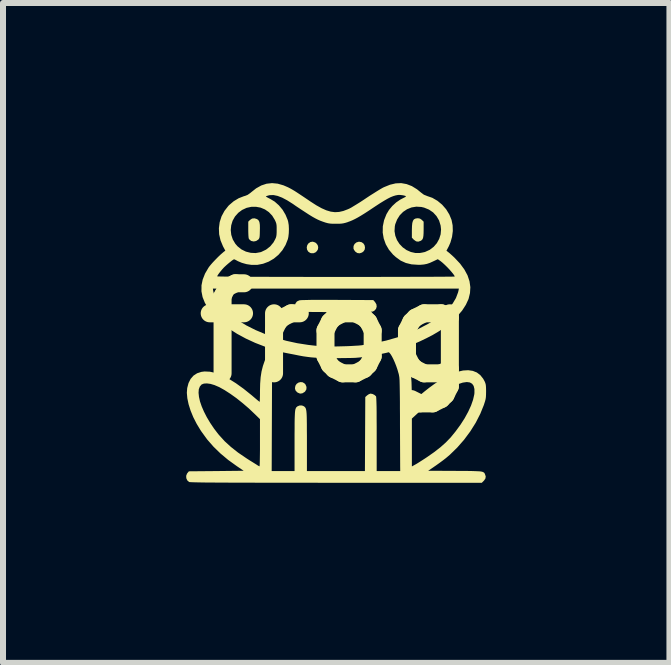
<source format=kicad_pcb>
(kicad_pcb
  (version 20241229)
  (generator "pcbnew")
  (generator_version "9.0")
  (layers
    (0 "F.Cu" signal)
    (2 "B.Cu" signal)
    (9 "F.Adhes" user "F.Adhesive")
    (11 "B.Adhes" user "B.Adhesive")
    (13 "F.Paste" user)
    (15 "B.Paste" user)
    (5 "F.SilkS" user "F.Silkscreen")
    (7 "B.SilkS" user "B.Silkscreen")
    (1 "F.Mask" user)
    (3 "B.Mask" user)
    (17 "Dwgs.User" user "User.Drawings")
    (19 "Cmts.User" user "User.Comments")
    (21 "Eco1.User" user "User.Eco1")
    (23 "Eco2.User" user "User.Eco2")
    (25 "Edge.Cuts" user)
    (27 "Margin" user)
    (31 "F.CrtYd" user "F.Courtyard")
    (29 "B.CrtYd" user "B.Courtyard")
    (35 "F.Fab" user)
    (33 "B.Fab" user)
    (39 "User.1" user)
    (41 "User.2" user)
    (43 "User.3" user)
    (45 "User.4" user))
  (footprint "frog"
    (layer "F.Cu")
    (at 2.55 2.49)
    (property "Reference" "frog" (at 0 0 0) (layer "F.SilkS") (effects (font (size 1.5 1.5) (thickness 0.3))))
    (attr board_only exclude_from_pos_files exclude_from_bom)
    (fp_poly (pts (xy -0.352 -1.502) (xy -0.334 -1.49) (xy -0.309 -1.458) (xy -0.3 -1.424) (xy -0.304 -1.389) (xy -0.321 -1.359) (xy -0.347 -1.335) (xy -0.381 -1.322) (xy -0.42 -1.323) (xy -0.437 -1.329) (xy -0.467 -1.35) (xy -0.486 -1.383) (xy -0.491 -1.421) (xy -0.482 -1.458) (xy -0.464 -1.485) (xy -0.429 -1.509) (xy -0.391 -1.515)) (stroke (width 0) (type solid)) (fill yes) (layer "F.SilkS"))
    (fp_poly (pts (xy -0.56 0.827) (xy -0.528 0.846) (xy -0.511 0.865) (xy -0.495 0.905) (xy -0.497 0.945) (xy -0.518 0.98) (xy -0.526 0.988) (xy -0.564 1.011) (xy -0.602 1.016) (xy -0.641 1) (xy -0.655 0.989) (xy -0.678 0.963) (xy -0.686 0.934) (xy -0.687 0.925) (xy -0.68 0.885) (xy -0.66 0.854) (xy -0.63 0.833) (xy -0.596 0.824)) (stroke (width 0) (type solid)) (fill yes) (layer "F.SilkS"))
    (fp_poly (pts (xy 0.423 -1.506) (xy 0.453 -1.485) (xy 0.472 -1.455) (xy 0.479 -1.42) (xy 0.475 -1.385) (xy 0.456 -1.354) (xy 0.43 -1.334) (xy 0.391 -1.321) (xy 0.355 -1.325) (xy 0.352 -1.326) (xy 0.321 -1.346) (xy 0.297 -1.377) (xy 0.287 -1.402) (xy 0.289 -1.443) (xy 0.306 -1.477) (xy 0.336 -1.502) (xy 0.376 -1.514) (xy 0.384 -1.514)) (stroke (width 0) (type solid)) (fill yes) (layer "F.SilkS"))
    (fp_poly (pts (xy 1.395 -1.899) (xy 1.424 -1.879) (xy 1.427 -1.876) (xy 1.456 -1.848) (xy 1.456 -1.721) (xy 1.455 -1.657) (xy 1.452 -1.611) (xy 1.446 -1.577) (xy 1.436 -1.554) (xy 1.421 -1.538) (xy 1.405 -1.528) (xy 1.366 -1.515) (xy 1.331 -1.52) (xy 1.297 -1.544) (xy 1.293 -1.547) (xy 1.26 -1.581) (xy 1.26 -1.704) (xy 1.262 -1.773) (xy 1.267 -1.825) (xy 1.278 -1.862) (xy 1.294 -1.886) (xy 1.318 -1.899) (xy 1.35 -1.905) (xy 1.363 -1.905)) (stroke (width 0) (type solid)) (fill yes) (layer "F.SilkS"))
    (fp_poly (pts (xy -1.32 -1.891) (xy -1.3 -1.877) (xy -1.286 -1.858) (xy -1.277 -1.831) (xy -1.272 -1.793) (xy -1.271 -1.739) (xy -1.272 -1.696) (xy -1.273 -1.645) (xy -1.275 -1.609) (xy -1.278 -1.585) (xy -1.284 -1.569) (xy -1.291 -1.557) (xy -1.3 -1.548) (xy -1.334 -1.526) (xy -1.374 -1.518) (xy -1.413 -1.526) (xy -1.419 -1.529) (xy -1.441 -1.546) (xy -1.455 -1.563) (xy -1.459 -1.579) (xy -1.462 -1.611) (xy -1.464 -1.653) (xy -1.465 -1.703) (xy -1.465 -1.715) (xy -1.465 -1.848) (xy -1.437 -1.876) (xy -1.401 -1.9) (xy -1.361 -1.904)) (stroke (width 0) (type solid)) (fill yes) (layer "F.SilkS"))
    (fp_poly (pts (xy -0.085 -0.545) (xy 0.02 -0.545) (xy 0.617 -0.542) (xy 0.646 -0.51) (xy 0.669 -0.472) (xy 0.674 -0.433) (xy 0.663 -0.396) (xy 0.637 -0.366) (xy 0.609 -0.351) (xy 0.595 -0.349) (xy 0.562 -0.348) (xy 0.513 -0.346) (xy 0.448 -0.345) (xy 0.37 -0.344) (xy 0.279 -0.343) (xy 0.177 -0.343) (xy 0.065 -0.342) (xy -0.008 -0.342) (xy -0.135 -0.342) (xy -0.244 -0.343) (xy -0.336 -0.343) (xy -0.413 -0.344) (xy -0.475 -0.345) (xy -0.525 -0.346) (xy -0.564 -0.348) (xy -0.593 -0.35) (xy -0.613 -0.352) (xy -0.627 -0.354) (xy -0.632 -0.356) (xy -0.665 -0.379) (xy -0.682 -0.414) (xy -0.686 -0.446) (xy -0.678 -0.488) (xy -0.654 -0.519) (xy -0.616 -0.537) (xy -0.596 -0.54) (xy -0.558 -0.542) (xy -0.502 -0.543) (xy -0.426 -0.545) (xy -0.332 -0.545) (xy -0.218 -0.546)) (stroke (width 0) (type solid)) (fill yes) (layer "F.SilkS"))
    (fp_poly (pts (xy -0.975 -2.481) (xy -0.878 -2.453) (xy -0.806 -2.422) (xy -0.78 -2.409) (xy -0.754 -2.395) (xy -0.726 -2.379) (xy -0.694 -2.36) (xy -0.655 -2.335) (xy -0.608 -2.304) (xy -0.551 -2.266) (xy -0.481 -2.219) (xy -0.43 -2.184) (xy -0.332 -2.121) (xy -0.244 -2.072) (xy -0.165 -2.037) (xy -0.091 -2.015) (xy -0.021 -2.006) (xy 0.048 -2.01) (xy 0.118 -2.026) (xy 0.192 -2.054) (xy 0.219 -2.066) (xy 0.248 -2.081) (xy 0.289 -2.106) (xy 0.34 -2.137) (xy 0.398 -2.173) (xy 0.459 -2.213) (xy 0.502 -2.242) (xy 0.564 -2.283) (xy 0.626 -2.322) (xy 0.683 -2.358) (xy 0.734 -2.389) (xy 0.774 -2.412) (xy 0.794 -2.422) (xy 0.895 -2.463) (xy 0.991 -2.486) (xy 1.083 -2.49) (xy 1.172 -2.474) (xy 1.26 -2.44) (xy 1.346 -2.387) (xy 1.412 -2.333) (xy 1.46 -2.297) (xy 1.508 -2.278) (xy 1.509 -2.277) (xy 1.601 -2.245) (xy 1.687 -2.195) (xy 1.764 -2.131) (xy 1.831 -2.054) (xy 1.884 -1.967) (xy 1.921 -1.877) (xy 1.939 -1.787) (xy 1.942 -1.692) (xy 1.929 -1.594) (xy 1.902 -1.5) (xy 1.875 -1.438) (xy 1.836 -1.364) (xy 1.868 -1.339) (xy 1.889 -1.322) (xy 1.919 -1.295) (xy 1.954 -1.263) (xy 1.972 -1.246) (xy 2.063 -1.149) (xy 2.134 -1.052) (xy 2.187 -0.954) (xy 2.22 -0.855) (xy 2.234 -0.757) (xy 2.228 -0.659) (xy 2.204 -0.56) (xy 2.159 -0.463) (xy 2.157 -0.46) (xy 2.099 -0.37) (xy 2.023 -0.28) (xy 1.933 -0.191) (xy 1.831 -0.106) (xy 1.72 -0.028) (xy 1.692 -0.011) (xy 1.604 0.041) (xy 1.503 0.093) (xy 1.395 0.145) (xy 1.287 0.192) (xy 1.186 0.231) (xy 1.136 0.249) (xy 1.108 0.258) (xy 1.089 0.266) (xy 1.084 0.269) (xy 1.089 0.279) (xy 1.1 0.301) (xy 1.117 0.331) (xy 1.119 0.336) (xy 1.154 0.408) (xy 1.188 0.493) (xy 1.217 0.584) (xy 1.233 0.645) (xy 1.24 0.681) (xy 1.246 0.721) (xy 1.25 0.769) (xy 1.254 0.828) (xy 1.256 0.901) (xy 1.257 0.94) (xy 1.259 1.002) (xy 1.261 1.057) (xy 1.263 1.102) (xy 1.265 1.134) (xy 1.267 1.151) (xy 1.267 1.153) (xy 1.276 1.147) (xy 1.296 1.13) (xy 1.322 1.107) (xy 1.328 1.101) (xy 1.393 1.044) (xy 1.468 0.982) (xy 1.548 0.919) (xy 1.627 0.861) (xy 1.69 0.818) (xy 1.807 0.747) (xy 1.917 0.692) (xy 2.018 0.653) (xy 2.112 0.631) (xy 2.198 0.626) (xy 2.274 0.637) (xy 2.342 0.664) (xy 2.399 0.707) (xy 2.447 0.767) (xy 2.471 0.81) (xy 2.482 0.836) (xy 2.489 0.859) (xy 2.493 0.885) (xy 2.495 0.919) (xy 2.496 0.966) (xy 2.496 0.982) (xy 2.495 1.034) (xy 2.493 1.074) (xy 2.488 1.108) (xy 2.479 1.143) (xy 2.465 1.186) (xy 2.46 1.203) (xy 2.4 1.351) (xy 2.324 1.5) (xy 2.233 1.645) (xy 2.129 1.785) (xy 2.015 1.915) (xy 1.894 2.033) (xy 1.827 2.09) (xy 1.778 2.128) (xy 1.721 2.17) (xy 1.665 2.21) (xy 1.633 2.232) (xy 1.532 2.301) (xy 1.975 2.303) (xy 2.084 2.304) (xy 2.174 2.304) (xy 2.249 2.305) (xy 2.309 2.307) (xy 2.357 2.309) (xy 2.394 2.311) (xy 2.421 2.315) (xy 2.44 2.32) (xy 2.454 2.327) (xy 2.464 2.334) (xy 2.471 2.344) (xy 2.477 2.355) (xy 2.477 2.356) (xy 2.49 2.395) (xy 2.485 2.43) (xy 2.462 2.464) (xy 2.458 2.468) (xy 2.425 2.501) (xy -0.001 2.501) (xy -0.265 2.501) (xy -0.51 2.5) (xy -0.737 2.5) (xy -0.946 2.5) (xy -1.138 2.5) (xy -1.314 2.5) (xy -1.474 2.499) (xy -1.62 2.499) (xy -1.751 2.499) (xy -1.868 2.498) (xy -1.973 2.498) (xy -2.065 2.497) (xy -2.145 2.497) (xy -2.215 2.496) (xy -2.274 2.495) (xy -2.323 2.494) (xy -2.363 2.493) (xy -2.395 2.492) (xy -2.419 2.491) (xy -2.436 2.49) (xy -2.447 2.489) (xy -2.451 2.487) (xy -2.481 2.461) (xy -2.497 2.425) (xy -2.499 2.385) (xy -2.485 2.348) (xy -2.477 2.338) (xy -2.454 2.31) (xy -1.998 2.306) (xy -1.075 2.306) (xy -0.885 2.306) (xy -0.694 2.306) (xy -0.694 1.807) (xy -0.694 1.69) (xy -0.693 1.591) (xy -0.693 1.508) (xy -0.692 1.44) (xy -0.69 1.386) (xy -0.688 1.342) (xy -0.685 1.309) (xy -0.681 1.283) (xy -0.675 1.265) (xy -0.669 1.251) (xy -0.661 1.241) (xy -0.651 1.233) (xy -0.644 1.227) (xy -0.608 1.213) (xy -0.569 1.214) (xy -0.538 1.227) (xy -0.528 1.235) (xy -0.519 1.244) (xy -0.511 1.255) (xy -0.505 1.27) (xy -0.5 1.29) (xy -0.496 1.318) (xy -0.493 1.354) (xy -0.491 1.401) (xy -0.49 1.459) (xy -0.489 1.531) (xy -0.489 1.619) (xy -0.488 1.723) (xy -0.488 1.807) (xy -0.488 2.306) (xy -0.005 2.306) (xy 0.478 2.306) (xy 0.481 1.689) (xy 0.484 1.073) (xy 0.515 1.045) (xy 0.541 1.027) (xy 0.566 1.017) (xy 0.572 1.016) (xy 0.605 1.022) (xy 0.637 1.038) (xy 0.661 1.059) (xy 0.664 1.064) (xy 0.666 1.079) (xy 0.668 1.112) (xy 0.67 1.165) (xy 0.672 1.236) (xy 0.673 1.326) (xy 0.673 1.435) (xy 0.674 1.561) (xy 0.674 1.694) (xy 0.674 2.306) (xy 0.87 2.306) (xy 1.066 2.306) (xy 1.065 2.229) (xy 1.26 2.229) (xy 1.316 2.198) (xy 1.344 2.182) (xy 1.384 2.157) (xy 1.431 2.127) (xy 1.482 2.094) (xy 1.509 2.076) (xy 1.628 1.993) (xy 1.735 1.91) (xy 1.826 1.829) (xy 1.9 1.752) (xy 1.902 1.751) (xy 1.989 1.644) (xy 2.069 1.535) (xy 2.139 1.426) (xy 2.198 1.318) (xy 2.245 1.216) (xy 2.279 1.119) (xy 2.299 1.032) (xy 2.302 1.006) (xy 2.302 0.94) (xy 2.289 0.888) (xy 2.264 0.852) (xy 2.226 0.83) (xy 2.175 0.823) (xy 2.112 0.832) (xy 2.103 0.834) (xy 2.017 0.863) (xy 1.923 0.907) (xy 1.821 0.968) (xy 1.71 1.045) (xy 1.59 1.138) (xy 1.461 1.248) (xy 1.346 1.353) (xy 1.26 1.432) (xy 1.26 1.831) (xy 1.26 2.229) (xy 1.065 2.229) (xy 1.062 1.531) (xy 1.062 1.39) (xy 1.061 1.267) (xy 1.061 1.161) (xy 1.06 1.07) (xy 1.059 0.992) (xy 1.058 0.928) (xy 1.057 0.874) (xy 1.056 0.831) (xy 1.055 0.795) (xy 1.053 0.767) (xy 1.051 0.743) (xy 1.048 0.725) (xy 1.045 0.708) (xy 1.042 0.693) (xy 1.038 0.678) (xy 1.037 0.676) (xy 1.02 0.616) (xy 0.999 0.555) (xy 0.976 0.497) (xy 0.952 0.443) (xy 0.928 0.396) (xy 0.906 0.36) (xy 0.887 0.336) (xy 0.873 0.327) (xy 0.87 0.327) (xy 0.851 0.333) (xy 0.816 0.341) (xy 0.769 0.351) (xy 0.714 0.361) (xy 0.654 0.373) (xy 0.593 0.384) (xy 0.534 0.394) (xy 0.481 0.403) (xy 0.449 0.407) (xy 0.409 0.412) (xy 0.367 0.416) (xy 0.319 0.42) (xy 0.264 0.422) (xy 0.198 0.423) (xy 0.119 0.424) (xy 0.024 0.425) (xy -0.005 0.425) (xy -0.112 0.424) (xy -0.204 0.423) (xy -0.283 0.421) (xy -0.353 0.417) (xy -0.418 0.412) (xy -0.482 0.404) (xy -0.547 0.395) (xy -0.618 0.382) (xy -0.697 0.366) (xy -0.728 0.36) (xy -0.78 0.35) (xy -0.826 0.341) (xy -0.861 0.334) (xy -0.884 0.329) (xy -0.889 0.329) (xy -0.9 0.337) (xy -0.916 0.359) (xy -0.937 0.394) (xy -0.959 0.438) (xy -0.982 0.487) (xy -1.004 0.538) (xy -1.023 0.589) (xy -1.039 0.636) (xy -1.043 0.65) (xy -1.069 0.747) (xy -1.072 1.526) (xy -1.075 2.306) (xy -1.998 2.306) (xy -1.542 2.301) (xy -1.654 2.225) (xy -1.8 2.12) (xy -1.929 2.012) (xy -2.044 1.9) (xy -2.149 1.78) (xy -2.245 1.648) (xy -2.259 1.627) (xy -2.325 1.518) (xy -2.381 1.408) (xy -2.426 1.298) (xy -2.459 1.193) (xy -2.48 1.093) (xy -2.488 1.002) (xy -2.293 1.002) (xy -2.286 1.07) (xy -2.269 1.146) (xy -2.241 1.228) (xy -2.203 1.316) (xy -2.156 1.408) (xy -2.1 1.502) (xy -2.037 1.596) (xy -1.966 1.689) (xy -1.947 1.711) (xy -1.858 1.809) (xy -1.754 1.904) (xy -1.635 1.998) (xy -1.497 2.092) (xy -1.443 2.127) (xy -1.399 2.154) (xy -1.359 2.179) (xy -1.327 2.199) (xy -1.307 2.212) (xy -1.304 2.214) (xy -1.286 2.224) (xy -1.277 2.227) (xy -1.276 2.218) (xy -1.274 2.191) (xy -1.273 2.149) (xy -1.272 2.093) (xy -1.271 2.026) (xy -1.27 1.95) (xy -1.27 1.867) (xy -1.27 1.834) (xy -1.27 1.441) (xy -1.351 1.362) (xy -1.454 1.264) (xy -1.559 1.174) (xy -1.663 1.091) (xy -1.764 1.019) (xy -1.86 0.957) (xy -1.948 0.908) (xy -2.027 0.874) (xy -2.094 0.854) (xy -2.154 0.846) (xy -2.204 0.849) (xy -2.242 0.864) (xy -2.244 0.866) (xy -2.272 0.899) (xy -2.289 0.945) (xy -2.293 1.002) (xy -2.488 1.002) (xy -2.488 1.002) (xy -2.482 0.923) (xy -2.46 0.84) (xy -2.425 0.771) (xy -2.377 0.716) (xy -2.317 0.677) (xy -2.246 0.654) (xy -2.193 0.647) (xy -2.105 0.651) (xy -2.008 0.672) (xy -1.904 0.711) (xy -1.791 0.768) (xy -1.671 0.843) (xy -1.543 0.935) (xy -1.406 1.045) (xy -1.384 1.064) (xy -1.346 1.096) (xy -1.314 1.123) (xy -1.29 1.142) (xy -1.277 1.152) (xy -1.275 1.153) (xy -1.274 1.144) (xy -1.272 1.118) (xy -1.271 1.079) (xy -1.27 1.029) (xy -1.27 0.973) (xy -1.267 0.851) (xy -1.259 0.744) (xy -1.244 0.647) (xy -1.221 0.556) (xy -1.19 0.466) (xy -1.149 0.374) (xy -1.144 0.365) (xy -1.096 0.266) (xy -1.184 0.235) (xy -1.349 0.171) (xy -1.505 0.099) (xy -1.651 0.02) (xy -1.785 -0.065) (xy -1.904 -0.155) (xy -2.007 -0.249) (xy -2.052 -0.297) (xy -2.129 -0.396) (xy -2.187 -0.495) (xy -2.226 -0.592) (xy -2.245 -0.689) (xy -2.244 -0.733) (xy -2.054 -0.733) (xy -2.048 -0.691) (xy -2.041 -0.663) (xy -2.027 -0.625) (xy -2.009 -0.583) (xy -2.001 -0.567) (xy -1.981 -0.529) (xy -1.961 -0.496) (xy -1.936 -0.463) (xy -1.903 -0.427) (xy -1.862 -0.385) (xy -1.756 -0.291) (xy -1.633 -0.202) (xy -1.495 -0.119) (xy -1.344 -0.043) (xy -1.182 0.025) (xy -1.011 0.085) (xy -0.833 0.136) (xy -0.65 0.176) (xy -0.464 0.205) (xy -0.386 0.214) (xy -0.339 0.219) (xy -0.296 0.223) (xy -0.264 0.227) (xy -0.249 0.229) (xy -0.221 0.231) (xy -0.176 0.232) (xy -0.119 0.232) (xy -0.052 0.231) (xy 0.021 0.23) (xy 0.097 0.228) (xy 0.174 0.226) (xy 0.246 0.223) (xy 0.312 0.219) (xy 0.367 0.216) (xy 0.409 0.212) (xy 0.42 0.211) (xy 0.635 0.176) (xy 0.834 0.132) (xy 1.022 0.078) (xy 1.201 0.013) (xy 1.374 -0.064) (xy 1.382 -0.068) (xy 1.531 -0.146) (xy 1.662 -0.227) (xy 1.773 -0.311) (xy 1.866 -0.397) (xy 1.94 -0.485) (xy 1.994 -0.576) (xy 2.029 -0.669) (xy 2.037 -0.701) (xy 2.043 -0.733) (xy -0.005 -0.733) (xy -2.054 -0.733) (xy -2.244 -0.733) (xy -2.244 -0.787) (xy -2.224 -0.884) (xy -2.203 -0.937) (xy -1.983 -0.937) (xy -1.973 -0.936) (xy -1.945 -0.935) (xy -1.898 -0.934) (xy -1.833 -0.933) (xy -1.751 -0.932) (xy -1.652 -0.932) (xy -1.537 -0.931) (xy -1.406 -0.93) (xy -1.261 -0.93) (xy -1.101 -0.929) (xy -0.927 -0.929) (xy -0.74 -0.929) (xy -0.54 -0.928) (xy -0.328 -0.928) (xy -0.105 -0.928) (xy -0.005 -0.928) (xy 0.19 -0.928) (xy 0.38 -0.928) (xy 0.564 -0.928) (xy 0.74 -0.928) (xy 0.909 -0.929) (xy 1.068 -0.929) (xy 1.218 -0.929) (xy 1.357 -0.93) (xy 1.484 -0.93) (xy 1.599 -0.93) (xy 1.7 -0.931) (xy 1.787 -0.931) (xy 1.858 -0.932) (xy 1.913 -0.932) (xy 1.951 -0.933) (xy 1.971 -0.933) (xy 1.973 -0.934) (xy 1.967 -0.951) (xy 1.948 -0.978) (xy 1.92 -1.012) (xy 1.886 -1.051) (xy 1.848 -1.091) (xy 1.809 -1.129) (xy 1.772 -1.163) (xy 1.739 -1.19) (xy 1.732 -1.195) (xy 1.692 -1.223) (xy 1.62 -1.189) (xy 1.561 -1.162) (xy 1.511 -1.145) (xy 1.462 -1.135) (xy 1.406 -1.13) (xy 1.358 -1.13) (xy 1.254 -1.137) (xy 1.16 -1.16) (xy 1.074 -1.199) (xy 0.994 -1.257) (xy 0.947 -1.299) (xy 0.877 -1.382) (xy 0.825 -1.472) (xy 0.791 -1.568) (xy 0.774 -1.668) (xy 0.775 -1.69) (xy 0.971 -1.69) (xy 0.984 -1.613) (xy 1.012 -1.541) (xy 1.054 -1.476) (xy 1.108 -1.42) (xy 1.171 -1.375) (xy 1.243 -1.343) (xy 1.319 -1.326) (xy 1.392 -1.326) (xy 1.432 -1.333) (xy 1.474 -1.342) (xy 1.485 -1.346) (xy 1.559 -1.38) (xy 1.623 -1.429) (xy 1.676 -1.49) (xy 1.715 -1.561) (xy 1.739 -1.637) (xy 1.746 -1.718) (xy 1.739 -1.783) (xy 1.713 -1.868) (xy 1.67 -1.941) (xy 1.614 -2.002) (xy 1.545 -2.049) (xy 1.464 -2.082) (xy 1.417 -2.093) (xy 1.334 -2.098) (xy 1.254 -2.085) (xy 1.18 -2.055) (xy 1.114 -2.011) (xy 1.058 -1.954) (xy 1.014 -1.884) (xy 0.983 -1.805) (xy 0.976 -1.77) (xy 0.971 -1.69) (xy 0.775 -1.69) (xy 0.776 -1.77) (xy 0.797 -1.872) (xy 0.837 -1.973) (xy 0.879 -2.043) (xy 0.934 -2.109) (xy 0.998 -2.168) (xy 1.066 -2.215) (xy 1.091 -2.228) (xy 1.124 -2.245) (xy 1.149 -2.258) (xy 1.161 -2.267) (xy 1.162 -2.268) (xy 1.154 -2.276) (xy 1.132 -2.283) (xy 1.101 -2.289) (xy 1.066 -2.293) (xy 1.034 -2.293) (xy 1.025 -2.292) (xy 0.988 -2.285) (xy 0.949 -2.273) (xy 0.906 -2.256) (xy 0.857 -2.231) (xy 0.8 -2.198) (xy 0.733 -2.157) (xy 0.652 -2.104) (xy 0.625 -2.086) (xy 0.541 -2.03) (xy 0.47 -1.984) (xy 0.41 -1.947) (xy 0.359 -1.917) (xy 0.314 -1.893) (xy 0.273 -1.873) (xy 0.233 -1.856) (xy 0.191 -1.841) (xy 0.191 -1.84) (xy 0.151 -1.828) (xy 0.117 -1.82) (xy 0.081 -1.815) (xy 0.036 -1.813) (xy 0 -1.813) (xy -0.057 -1.813) (xy -0.101 -1.816) (xy -0.138 -1.822) (xy -0.176 -1.832) (xy -0.185 -1.835) (xy -0.226 -1.849) (xy -0.266 -1.864) (xy -0.307 -1.882) (xy -0.35 -1.904) (xy -0.398 -1.931) (xy -0.452 -1.964) (xy -0.515 -2.005) (xy -0.59 -2.054) (xy -0.677 -2.112) (xy -0.721 -2.143) (xy -0.816 -2.203) (xy -0.901 -2.248) (xy -0.976 -2.277) (xy -1.043 -2.291) (xy -1.103 -2.29) (xy -1.119 -2.287) (xy -1.148 -2.279) (xy -1.167 -2.272) (xy -1.172 -2.268) (xy -1.163 -2.261) (xy -1.141 -2.248) (xy -1.11 -2.232) (xy -1.101 -2.228) (xy -1.025 -2.182) (xy -0.955 -2.12) (xy -0.893 -2.046) (xy -0.844 -1.963) (xy -0.808 -1.876) (xy -0.8 -1.846) (xy -0.791 -1.79) (xy -0.788 -1.725) (xy -0.79 -1.657) (xy -0.797 -1.595) (xy -0.805 -1.558) (xy -0.843 -1.461) (xy -0.896 -1.373) (xy -0.962 -1.296) (xy -1.039 -1.232) (xy -1.125 -1.182) (xy -1.218 -1.147) (xy -1.316 -1.128) (xy -1.409 -1.128) (xy -1.492 -1.14) (xy -1.571 -1.162) (xy -1.64 -1.191) (xy -1.65 -1.197) (xy -1.676 -1.211) (xy -1.696 -1.22) (xy -1.702 -1.221) (xy -1.715 -1.215) (xy -1.738 -1.199) (xy -1.768 -1.175) (xy -1.802 -1.147) (xy -1.835 -1.118) (xy -1.864 -1.091) (xy -1.877 -1.078) (xy -1.903 -1.049) (xy -1.93 -1.016) (xy -1.954 -0.985) (xy -1.973 -0.958) (xy -1.982 -0.94) (xy -1.983 -0.937) (xy -2.203 -0.937) (xy -2.185 -0.983) (xy -2.127 -1.082) (xy -2.115 -1.099) (xy -2.09 -1.13) (xy -2.055 -1.17) (xy -2.013 -1.214) (xy -1.969 -1.259) (xy -1.926 -1.3) (xy -1.889 -1.332) (xy -1.874 -1.345) (xy -1.847 -1.365) (xy -1.886 -1.438) (xy -1.927 -1.537) (xy -1.95 -1.638) (xy -1.953 -1.708) (xy -1.757 -1.708) (xy -1.748 -1.628) (xy -1.723 -1.552) (xy -1.681 -1.481) (xy -1.644 -1.438) (xy -1.579 -1.386) (xy -1.504 -1.349) (xy -1.424 -1.329) (xy -1.342 -1.325) (xy -1.26 -1.34) (xy -1.246 -1.345) (xy -1.169 -1.382) (xy -1.101 -1.435) (xy -1.046 -1.501) (xy -1.018 -1.552) (xy -1.005 -1.58) (xy -0.998 -1.605) (xy -0.994 -1.634) (xy -0.992 -1.673) (xy -0.992 -1.71) (xy -0.992 -1.758) (xy -0.994 -1.792) (xy -0.999 -1.819) (xy -1.008 -1.845) (xy -1.022 -1.876) (xy -1.066 -1.948) (xy -1.122 -2.007) (xy -1.188 -2.052) (xy -1.26 -2.082) (xy -1.337 -2.096) (xy -1.415 -2.095) (xy -1.493 -2.078) (xy -1.568 -2.043) (xy -1.631 -1.996) (xy -1.686 -1.934) (xy -1.726 -1.863) (xy -1.749 -1.787) (xy -1.757 -1.708) (xy -1.953 -1.708) (xy -1.954 -1.74) (xy -1.941 -1.84) (xy -1.91 -1.937) (xy -1.861 -2.028) (xy -1.796 -2.111) (xy -1.782 -2.125) (xy -1.708 -2.188) (xy -1.625 -2.238) (xy -1.538 -2.272) (xy -1.519 -2.277) (xy -1.476 -2.294) (xy -1.433 -2.324) (xy -1.42 -2.335) (xy -1.334 -2.403) (xy -1.248 -2.451) (xy -1.16 -2.48) (xy -1.069 -2.49)) (stroke (width 0) (type solid)) (fill yes) (layer "F.SilkS")))
  (gr_rect
    (start -3 -3)
    (end 8.1 7.991)
    (stroke (width 0.1) (type default))
    (fill no)
    (layer "Edge.Cuts")))
</source>
